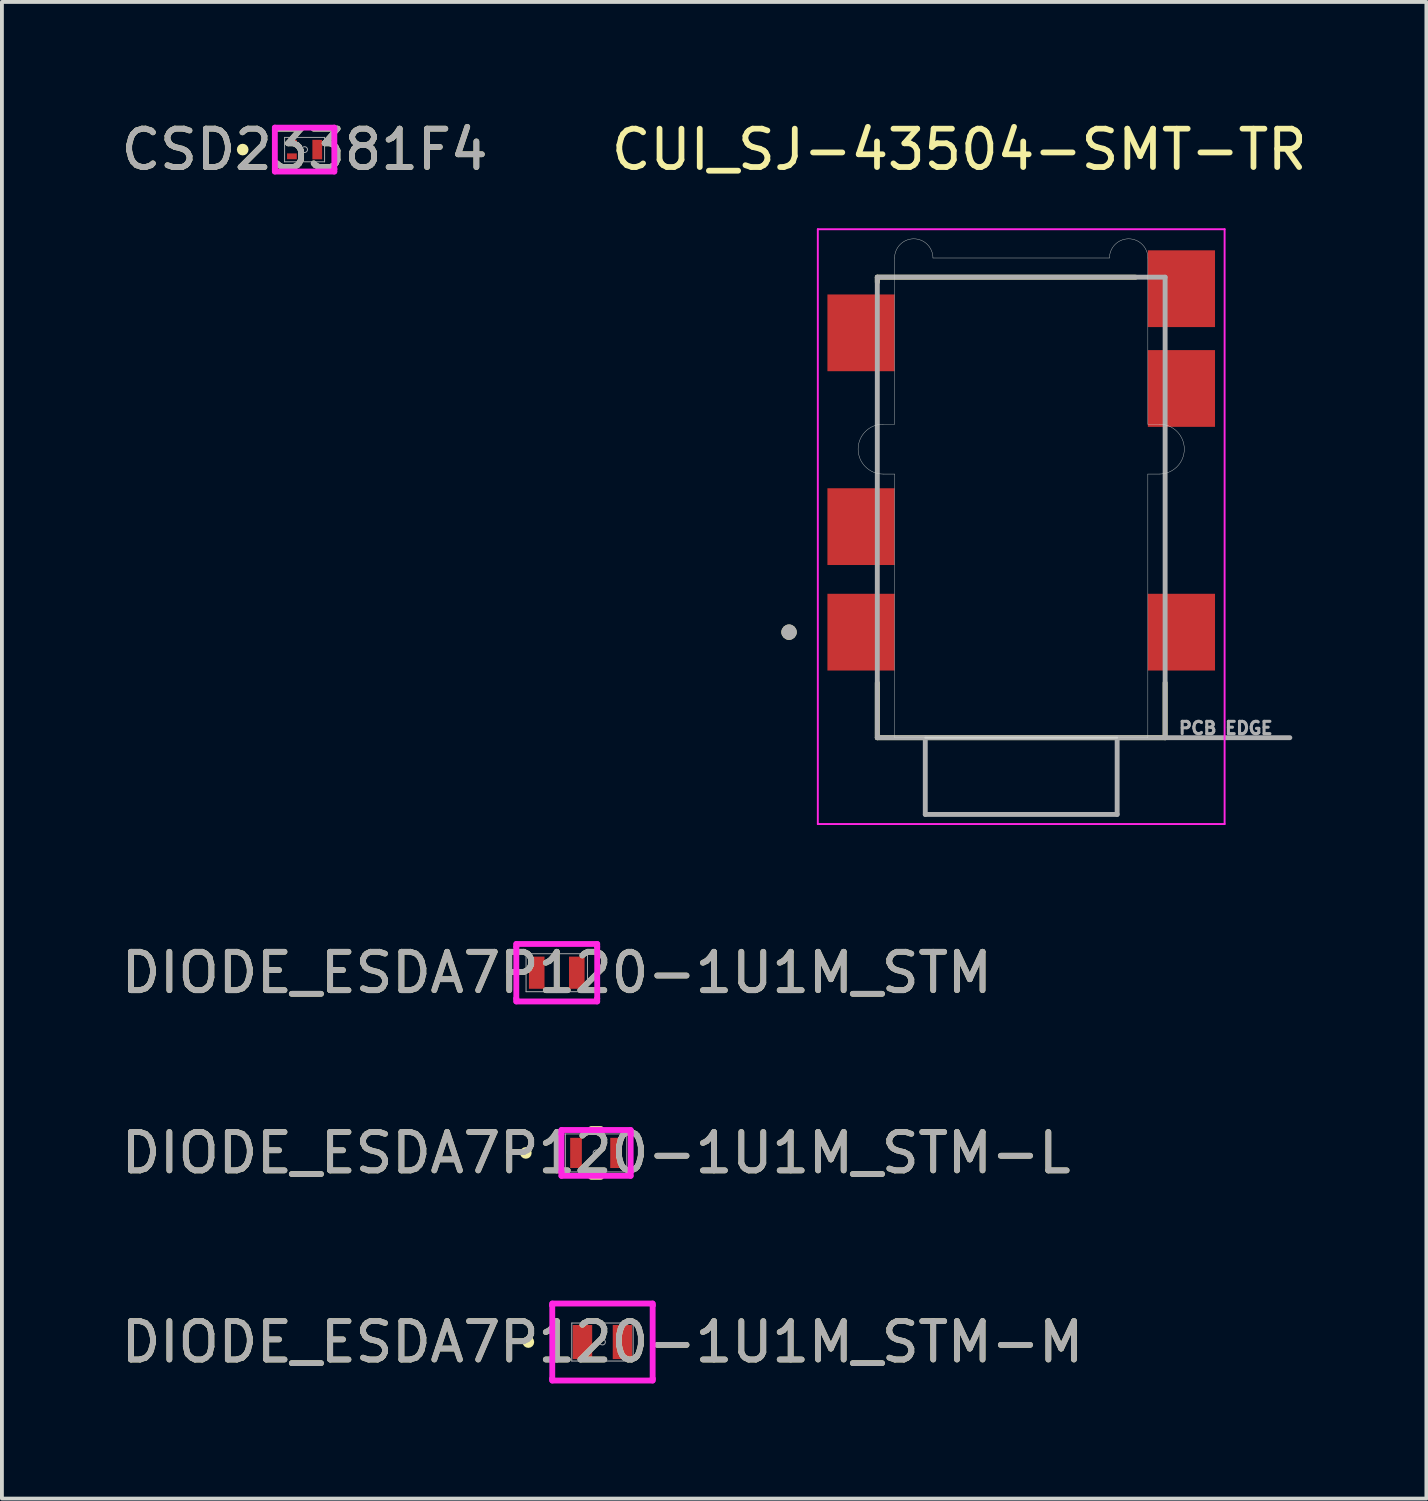
<source format=kicad_pcb>
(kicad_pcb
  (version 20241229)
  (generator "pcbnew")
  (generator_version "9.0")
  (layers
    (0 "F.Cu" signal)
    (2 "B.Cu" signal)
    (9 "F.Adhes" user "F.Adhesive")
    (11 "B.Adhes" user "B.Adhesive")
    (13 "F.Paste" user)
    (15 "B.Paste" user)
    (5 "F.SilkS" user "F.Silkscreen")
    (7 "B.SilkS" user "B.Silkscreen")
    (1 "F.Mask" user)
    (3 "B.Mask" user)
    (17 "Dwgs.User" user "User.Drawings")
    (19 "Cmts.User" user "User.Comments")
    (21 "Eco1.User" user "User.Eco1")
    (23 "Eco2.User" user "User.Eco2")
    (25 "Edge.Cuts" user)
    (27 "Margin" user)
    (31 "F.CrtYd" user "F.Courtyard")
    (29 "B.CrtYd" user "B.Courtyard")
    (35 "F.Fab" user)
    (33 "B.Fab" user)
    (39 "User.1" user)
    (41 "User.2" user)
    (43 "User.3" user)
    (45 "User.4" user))
  (footprint "CUI_SJ-43504-SMT-TR"
    (layer "F.Cu")
    (at 19.386 13.423)
    (property "Reference" "CUI_SJ-43504-SMT-TR" (at 2.56 -12.575 0) (layer "F.SilkS") (effects (font (size 1 1) (thickness 0.15))))
    (attr smd)
    (fp_line (start 0.425 -9.12) (end 0.425 -9.25) (stroke (width 0.127) (type solid)) (layer "F.SilkS"))
    (fp_line (start 0.425 2.75) (end 0.425 1.32) (stroke (width 0.127) (type solid)) (layer "F.SilkS"))
    (fp_line (start 7.155 -9.25) (end 0.425 -9.25) (stroke (width 0.127) (type solid)) (layer "F.SilkS"))
    (fp_line (start 7.925 1.32) (end 7.925 2.75) (stroke (width 0.127) (type solid)) (layer "F.SilkS"))
    (fp_line (start 7.925 2.75) (end 0.425 2.75) (stroke (width 0.127) (type solid)) (layer "F.SilkS"))
    (fp_circle (center -1.875 0) (end -1.775 0) (stroke (width 0.2) (type solid)) (fill no) (layer "F.SilkS"))
    (fp_line (start 0.575 -5.42) (end 0.875 -5.42) (stroke (width 0.01) (type solid)) (layer "Edge.Cuts"))
    (fp_line (start 0.875 -9.75) (end 0.875 -5.42) (stroke (width 0.01) (type solid)) (layer "Edge.Cuts"))
    (fp_line (start 0.875 -4.12) (end 0.575 -4.12) (stroke (width 0.01) (type solid)) (layer "Edge.Cuts"))
    (fp_line (start 0.875 2.75) (end 0.875 -4.12) (stroke (width 0.01) (type solid)) (layer "Edge.Cuts"))
    (fp_line (start 1.675 2.75) (end 0.875 2.75) (stroke (width 0.01) (type solid)) (layer "Edge.Cuts"))
    (fp_line (start 1.675 2.75) (end 6.675 2.75) (stroke (width 0.05) (type default)) (layer "Edge.Cuts"))
    (fp_line (start 6.475 -9.75) (end 1.875 -9.75) (stroke (width 0.01) (type solid)) (layer "Edge.Cuts"))
    (fp_line (start 7.475 -9.75) (end 7.475 -5.42) (stroke (width 0.01) (type solid)) (layer "Edge.Cuts"))
    (fp_line (start 7.475 -5.42) (end 7.775 -5.42) (stroke (width 0.01) (type solid)) (layer "Edge.Cuts"))
    (fp_line (start 7.475 -4.12) (end 7.475 2.75) (stroke (width 0.01) (type solid)) (layer "Edge.Cuts"))
    (fp_line (start 7.475 2.75) (end 6.675 2.75) (stroke (width 0.01) (type solid)) (layer "Edge.Cuts"))
    (fp_line (start 7.775 -4.12) (end 7.475 -4.12) (stroke (width 0.01) (type solid)) (layer "Edge.Cuts"))
    (fp_arc (start 0.575 -4.12) (mid -0.075 -4.77) (end 0.575 -5.42) (stroke (width 0.01) (type solid)) (layer "Edge.Cuts"))
    (fp_arc (start 0.875 -9.75) (mid 1.375 -10.25) (end 1.875 -9.75) (stroke (width 0.01) (type solid)) (layer "Edge.Cuts"))
    (fp_arc (start 6.475 -9.75) (mid 6.975 -10.25) (end 7.475 -9.75) (stroke (width 0.01) (type solid)) (layer "Edge.Cuts"))
    (fp_arc (start 7.775 -5.42) (mid 8.425 -4.77) (end 7.775 -4.12) (stroke (width 0.01) (type solid)) (layer "Edge.Cuts"))
    (fp_line (start -1.125 -10.5) (end -1.125 5) (stroke (width 0.05) (type solid)) (layer "F.CrtYd"))
    (fp_line (start -1.125 5) (end 9.475 5) (stroke (width 0.05) (type solid)) (layer "F.CrtYd"))
    (fp_line (start 9.475 -10.5) (end -1.125 -10.5) (stroke (width 0.05) (type solid)) (layer "F.CrtYd"))
    (fp_line (start 9.475 5) (end 9.475 -10.5) (stroke (width 0.05) (type solid)) (layer "F.CrtYd"))
    (fp_line (start 0.425 2.75) (end 0.425 -9.25) (stroke (width 0.127) (type solid)) (layer "F.Fab"))
    (fp_line (start 1.675 2.75) (end 0.425 2.75) (stroke (width 0.127) (type solid)) (layer "F.Fab"))
    (fp_line (start 1.675 4.75) (end 1.675 2.75) (stroke (width 0.127) (type solid)) (layer "F.Fab"))
    (fp_line (start 6.675 2.75) (end 1.675 2.75) (stroke (width 0.127) (type solid)) (layer "F.Fab"))
    (fp_line (start 6.675 4.75) (end 1.675 4.75) (stroke (width 0.127) (type solid)) (layer "F.Fab"))
    (fp_line (start 6.675 4.75) (end 6.675 2.75) (stroke (width 0.127) (type solid)) (layer "F.Fab"))
    (fp_line (start 7.925 -9.25) (end 0.425 -9.25) (stroke (width 0.127) (type solid)) (layer "F.Fab"))
    (fp_line (start 7.925 -9.25) (end 7.925 2.75) (stroke (width 0.127) (type solid)) (layer "F.Fab"))
    (fp_line (start 7.925 2.75) (end 6.675 2.75) (stroke (width 0.127) (type solid)) (layer "F.Fab"))
    (fp_line (start 11.175 2.75) (end 7.925 2.75) (stroke (width 0.127) (type solid)) (layer "F.Fab"))
    (fp_circle (center -1.875 0) (end -1.775 0) (stroke (width 0.2) (type solid)) (fill no) (layer "F.Fab"))
    (fp_text user "PCB EDGE" (at 9.505 2.5 0) (layer "F.Fab") (effects (font (size 0.32 0.32) (thickness 0.15))))
    (pad "1" smd rect (at 0 0) (size 1.75 2) (layers "F.Cu" "F.Mask" "F.Paste"))
    (pad "2" smd rect (at 8.35 -6.35) (size 1.75 2) (layers "F.Cu" "F.Mask" "F.Paste"))
    (pad "3" smd rect (at 0 -2.75) (size 1.75 2) (layers "F.Cu" "F.Mask" "F.Paste"))
    (pad "4" smd rect (at 8.35 0) (size 1.75 2) (layers "F.Cu" "F.Mask" "F.Paste"))
    (pad "5" smd rect (at 8.35 -8.95) (size 1.75 2) (layers "F.Cu" "F.Mask" "F.Paste"))
    (pad "6" smd rect (at 0 -7.8) (size 1.75 2) (layers "F.Cu" "F.Mask" "F.Paste")))
  (footprint "DIODE_ESDA7P120-1U1M_STM-L"
    (layer "F.Cu")
    (at 12.482 26.993)
    (property "Reference" "DIODE_ESDA7P120-1U1M_STM-L" (at 0 0 0) (unlocked yes) (layer "F.SilkS") (effects (font (size 1 1) (thickness 0.15))))
    (attr smd)
    (fp_line (start -0.128 0.622) (end 0.128 0.622) (stroke (width 0.152) (type solid)) (layer "F.SilkS"))
    (fp_line (start 0.128 -0.622) (end -0.128 -0.622) (stroke (width 0.152) (type solid)) (layer "F.SilkS"))
    (fp_circle (center -1.83 0) (end -1.754 0) (stroke (width 0.152) (type solid)) (fill no) (layer "F.SilkS"))
    (fp_line (start -0.902 -0.597) (end 0.902 -0.597) (stroke (width 0.152) (type solid)) (layer "F.CrtYd"))
    (fp_line (start -0.902 -0.495) (end -0.902 -0.597) (stroke (width 0.152) (type solid)) (layer "F.CrtYd"))
    (fp_line (start -0.902 -0.495) (end -0.902 -0.495) (stroke (width 0.152) (type solid)) (layer "F.CrtYd"))
    (fp_line (start -0.902 0.495) (end -0.902 -0.495) (stroke (width 0.152) (type solid)) (layer "F.CrtYd"))
    (fp_line (start -0.902 0.495) (end -0.902 0.495) (stroke (width 0.152) (type solid)) (layer "F.CrtYd"))
    (fp_line (start -0.902 0.597) (end -0.902 0.495) (stroke (width 0.152) (type solid)) (layer "F.CrtYd"))
    (fp_line (start 0.902 -0.597) (end 0.902 -0.495) (stroke (width 0.152) (type solid)) (layer "F.CrtYd"))
    (fp_line (start 0.902 -0.495) (end 0.902 -0.495) (stroke (width 0.152) (type solid)) (layer "F.CrtYd"))
    (fp_line (start 0.902 -0.495) (end 0.902 0.495) (stroke (width 0.152) (type solid)) (layer "F.CrtYd"))
    (fp_line (start 0.902 0.495) (end 0.902 0.495) (stroke (width 0.152) (type solid)) (layer "F.CrtYd"))
    (fp_line (start 0.902 0.495) (end 0.902 0.597) (stroke (width 0.152) (type solid)) (layer "F.CrtYd"))
    (fp_line (start 0.902 0.597) (end -0.902 0.597) (stroke (width 0.152) (type solid)) (layer "F.CrtYd"))
    (fp_line (start -0.8 -0.495) (end -0.8 0.495) (stroke (width 0.025) (type solid)) (layer "F.Fab"))
    (fp_line (start -0.8 0.495) (end 0.8 0.495) (stroke (width 0.025) (type solid)) (layer "F.Fab"))
    (fp_line (start 0.8 -0.495) (end -0.8 -0.495) (stroke (width 0.025) (type solid)) (layer "F.Fab"))
    (fp_line (start 0.8 0.495) (end 0.8 -0.495) (stroke (width 0.025) (type solid)) (layer "F.Fab"))
    (fp_circle (center 0 0) (end 0.076 0) (stroke (width 0.025) (type solid)) (fill no) (layer "F.Fab"))
    (fp_text user "${REFERENCE}" (at 0 0 0) (unlocked yes) (layer "F.Fab") (effects (font (size 1 1) (thickness 0.15))))
    (pad "1" smd rect (at -0.522 0) (size 0.305 0.787) (layers "F.Cu" "F.Mask" "F.Paste"))
    (pad "2" smd rect (at 0.522 0) (size 0.305 0.787) (layers "F.Cu" "F.Mask" "F.Paste")))
  (footprint "DIODE_ESDA7P120-1U1M_STM-M"
    (layer "F.Cu")
    (at 12.649 31.921)
    (property "Reference" "DIODE_ESDA7P120-1U1M_STM-M" (at 0 0 0) (unlocked yes) (layer "F.SilkS") (effects (font (size 1 1) (thickness 0.15))))
    (attr smd)
    (fp_circle (center -1.931 0) (end -1.855 0) (stroke (width 0.152) (type solid)) (fill no) (layer "F.SilkS"))
    (fp_line (start -1.308 -1.003) (end 1.308 -1.003) (stroke (width 0.152) (type solid)) (layer "F.CrtYd"))
    (fp_line (start -1.308 -0.953) (end -1.308 -1.003) (stroke (width 0.152) (type solid)) (layer "F.CrtYd"))
    (fp_line (start -1.308 -0.953) (end -1.308 -0.953) (stroke (width 0.152) (type solid)) (layer "F.CrtYd"))
    (fp_line (start -1.308 0.953) (end -1.308 -0.953) (stroke (width 0.152) (type solid)) (layer "F.CrtYd"))
    (fp_line (start -1.308 0.953) (end -1.308 0.953) (stroke (width 0.152) (type solid)) (layer "F.CrtYd"))
    (fp_line (start -1.308 1.003) (end -1.308 0.953) (stroke (width 0.152) (type solid)) (layer "F.CrtYd"))
    (fp_line (start 1.308 -1.003) (end 1.308 -0.953) (stroke (width 0.152) (type solid)) (layer "F.CrtYd"))
    (fp_line (start 1.308 -0.953) (end 1.308 -0.953) (stroke (width 0.152) (type solid)) (layer "F.CrtYd"))
    (fp_line (start 1.308 -0.953) (end 1.308 0.953) (stroke (width 0.152) (type solid)) (layer "F.CrtYd"))
    (fp_line (start 1.308 0.953) (end 1.308 0.953) (stroke (width 0.152) (type solid)) (layer "F.CrtYd"))
    (fp_line (start 1.308 0.953) (end 1.308 1.003) (stroke (width 0.152) (type solid)) (layer "F.CrtYd"))
    (fp_line (start 1.308 1.003) (end -1.308 1.003) (stroke (width 0.152) (type solid)) (layer "F.CrtYd"))
    (fp_line (start -0.8 -0.495) (end -0.8 0.495) (stroke (width 0.025) (type solid)) (layer "F.Fab"))
    (fp_line (start -0.8 0.495) (end 0.8 0.495) (stroke (width 0.025) (type solid)) (layer "F.Fab"))
    (fp_line (start 0.8 -0.495) (end -0.8 -0.495) (stroke (width 0.025) (type solid)) (layer "F.Fab"))
    (fp_line (start 0.8 0.495) (end 0.8 -0.495) (stroke (width 0.025) (type solid)) (layer "F.Fab"))
    (fp_circle (center 0 0) (end 0.076 0) (stroke (width 0.025) (type solid)) (fill no) (layer "F.Fab"))
    (fp_text user "${REFERENCE}" (at 0 0 0) (unlocked yes) (layer "F.Fab") (effects (font (size 1 1) (thickness 0.15))))
    (pad "1" smd rect (at -0.522 0) (size 0.508 0.889) (layers "F.Cu" "F.Mask" "F.Paste"))
    (pad "2" smd rect (at 0.522 0) (size 0.508 0.889) (layers "F.Cu" "F.Mask" "F.Paste")))
  (footprint "DIODE_ESDA7P120-1U1M_STM"
    (layer "F.Cu")
    (at 11.458 22.297)
    (property "Reference" "DIODE_ESDA7P120-1U1M_STM" (at 0 0 0) (unlocked yes) (layer "F.SilkS") (effects (font (size 1 1) (thickness 0.15))))
    (attr smd)
    (fp_line (start -1.054 -0.749) (end 1.054 -0.749) (stroke (width 0.152) (type solid)) (layer "F.CrtYd"))
    (fp_line (start -1.054 -0.673) (end -1.054 -0.749) (stroke (width 0.152) (type solid)) (layer "F.CrtYd"))
    (fp_line (start -1.054 -0.673) (end -1.054 -0.673) (stroke (width 0.152) (type solid)) (layer "F.CrtYd"))
    (fp_line (start -1.054 0.673) (end -1.054 -0.673) (stroke (width 0.152) (type solid)) (layer "F.CrtYd"))
    (fp_line (start -1.054 0.673) (end -1.054 0.673) (stroke (width 0.152) (type solid)) (layer "F.CrtYd"))
    (fp_line (start -1.054 0.749) (end -1.054 0.673) (stroke (width 0.152) (type solid)) (layer "F.CrtYd"))
    (fp_line (start 1.054 -0.749) (end 1.054 -0.673) (stroke (width 0.152) (type solid)) (layer "F.CrtYd"))
    (fp_line (start 1.054 -0.673) (end 1.054 -0.673) (stroke (width 0.152) (type solid)) (layer "F.CrtYd"))
    (fp_line (start 1.054 -0.673) (end 1.054 0.673) (stroke (width 0.152) (type solid)) (layer "F.CrtYd"))
    (fp_line (start 1.054 0.673) (end 1.054 0.673) (stroke (width 0.152) (type solid)) (layer "F.CrtYd"))
    (fp_line (start 1.054 0.673) (end 1.054 0.749) (stroke (width 0.152) (type solid)) (layer "F.CrtYd"))
    (fp_line (start 1.054 0.749) (end -1.054 0.749) (stroke (width 0.152) (type solid)) (layer "F.CrtYd"))
    (fp_line (start -0.8 -0.495) (end -0.8 0.495) (stroke (width 0.025) (type solid)) (layer "F.Fab"))
    (fp_line (start -0.8 0.495) (end 0.8 0.495) (stroke (width 0.025) (type solid)) (layer "F.Fab"))
    (fp_line (start 0.8 -0.495) (end -0.8 -0.495) (stroke (width 0.025) (type solid)) (layer "F.Fab"))
    (fp_line (start 0.8 0.495) (end 0.8 -0.495) (stroke (width 0.025) (type solid)) (layer "F.Fab"))
    (fp_circle (center 0 0) (end 0 0) (stroke (width 0.025) (type solid)) (fill no) (layer "F.Fab"))
    (fp_text user "${REFERENCE}" (at 0 0 0) (unlocked yes) (layer "F.Fab") (effects (font (size 1 1) (thickness 0.15))))
    (pad "1" smd rect (at -0.522 0) (size 0.406 0.838) (layers "F.Cu" "F.Mask" "F.Paste"))
    (pad "2" smd rect (at 0.522 0) (size 0.406 0.838) (layers "F.Cu" "F.Mask" "F.Paste")))
  (footprint "CSD23381F4"
    (layer "F.Cu")
    (at 4.887 0.848)
    (property "Reference" "CSD23381F4" (at 0 0 0) (unlocked yes) (layer "F.SilkS") (effects (font (size 1 1) (thickness 0.15))))
    (attr smd)
    (fp_circle (center -1.613 0) (end -1.537 0) (stroke (width 0.152) (type solid)) (fill no) (layer "F.SilkS"))
    (fp_line (start -0.775 -0.572) (end 0.775 -0.572) (stroke (width 0.152) (type solid)) (layer "F.CrtYd"))
    (fp_line (start -0.775 -0.508) (end -0.775 -0.572) (stroke (width 0.152) (type solid)) (layer "F.CrtYd"))
    (fp_line (start -0.775 -0.508) (end -0.775 -0.508) (stroke (width 0.152) (type solid)) (layer "F.CrtYd"))
    (fp_line (start -0.775 0.508) (end -0.775 -0.508) (stroke (width 0.152) (type solid)) (layer "F.CrtYd"))
    (fp_line (start -0.775 0.508) (end -0.775 0.508) (stroke (width 0.152) (type solid)) (layer "F.CrtYd"))
    (fp_line (start -0.775 0.572) (end -0.775 0.508) (stroke (width 0.152) (type solid)) (layer "F.CrtYd"))
    (fp_line (start 0.775 -0.572) (end 0.775 -0.508) (stroke (width 0.152) (type solid)) (layer "F.CrtYd"))
    (fp_line (start 0.775 -0.508) (end 0.775 -0.508) (stroke (width 0.152) (type solid)) (layer "F.CrtYd"))
    (fp_line (start 0.775 -0.508) (end 0.775 0.508) (stroke (width 0.152) (type solid)) (layer "F.CrtYd"))
    (fp_line (start 0.775 0.508) (end 0.775 0.508) (stroke (width 0.152) (type solid)) (layer "F.CrtYd"))
    (fp_line (start 0.775 0.508) (end 0.775 0.572) (stroke (width 0.152) (type solid)) (layer "F.CrtYd"))
    (fp_line (start 0.775 0.572) (end -0.775 0.572) (stroke (width 0.152) (type solid)) (layer "F.CrtYd"))
    (fp_line (start -0.521 -0.318) (end -0.521 0.318) (stroke (width 0.025) (type solid)) (layer "F.Fab"))
    (fp_line (start -0.521 0.318) (end 0.521 0.318) (stroke (width 0.025) (type solid)) (layer "F.Fab"))
    (fp_line (start 0.521 -0.318) (end -0.521 -0.318) (stroke (width 0.025) (type solid)) (layer "F.Fab"))
    (fp_line (start 0.521 0.318) (end 0.521 -0.318) (stroke (width 0.025) (type solid)) (layer "F.Fab"))
    (fp_circle (center 0 0) (end 0.076 0) (stroke (width 0.025) (type solid)) (fill no) (layer "F.Fab"))
    (fp_text user "${REFERENCE}" (at 0 0 0) (unlocked yes) (layer "F.Fab") (effects (font (size 1 1) (thickness 0.15))))
    (pad "1" smd rect (at -0.33 -0.175) (size 0.254 0.152) (layers "F.Cu" "F.Mask" "F.Paste"))
    (pad "2" smd rect (at -0.33 0.175) (size 0.254 0.152) (layers "F.Cu" "F.Mask" "F.Paste"))
    (pad "3" smd rect (at 0.33 0) (size 0.254 0.508) (layers "F.Cu" "F.Mask" "F.Paste")))
  (gr_rect
    (start -3 -3)
    (end 34.119 36)
    (stroke (width 0.1) (type default))
    (fill no)
    (layer "Edge.Cuts")))
</source>
